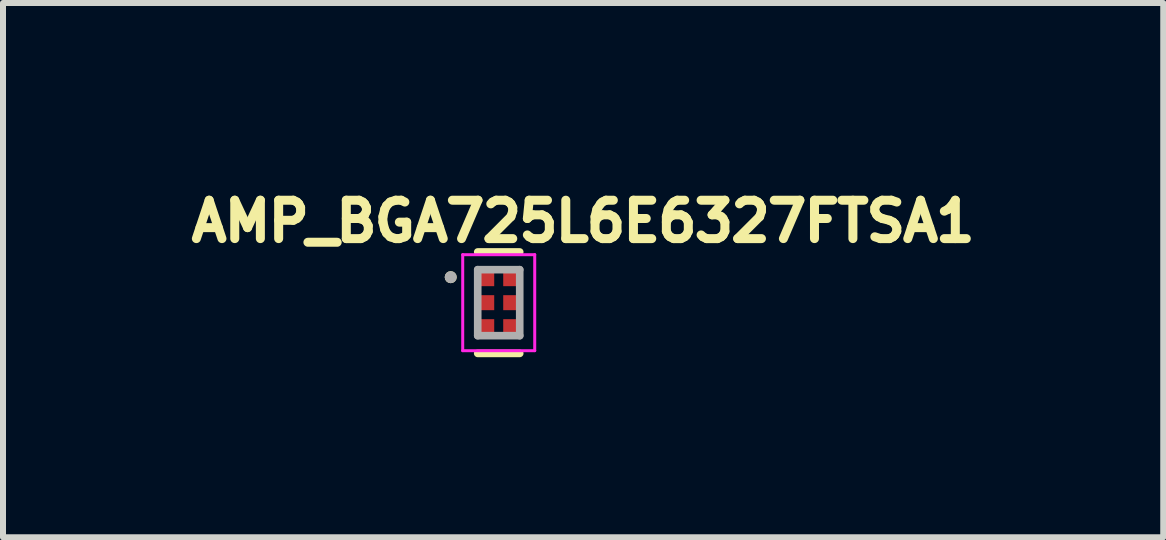
<source format=kicad_pcb>
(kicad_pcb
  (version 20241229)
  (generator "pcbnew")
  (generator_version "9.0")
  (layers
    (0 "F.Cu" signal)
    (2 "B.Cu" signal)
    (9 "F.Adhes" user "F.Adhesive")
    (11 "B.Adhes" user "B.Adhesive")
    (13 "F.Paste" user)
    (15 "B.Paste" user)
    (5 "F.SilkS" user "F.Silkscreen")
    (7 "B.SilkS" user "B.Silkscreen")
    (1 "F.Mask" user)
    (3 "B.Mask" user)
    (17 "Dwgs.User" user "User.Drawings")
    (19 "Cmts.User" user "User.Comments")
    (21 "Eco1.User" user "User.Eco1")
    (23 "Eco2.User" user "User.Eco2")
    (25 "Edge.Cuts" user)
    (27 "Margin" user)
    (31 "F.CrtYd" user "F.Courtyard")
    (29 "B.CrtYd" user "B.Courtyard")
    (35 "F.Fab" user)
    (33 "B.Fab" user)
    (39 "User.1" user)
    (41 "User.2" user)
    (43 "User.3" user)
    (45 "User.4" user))
  (footprint "AMP_BGA725L6E6327FTSA1"
    (layer "F.Cu")
    (at 5.261 1.994)
    (property "Reference" "AMP_BGA725L6E6327FTSA1" (at 1.407 -1.356 0) (layer "F.SilkS") (effects (font (size 0.64 0.64) (thickness 0.15))))
    (attr smd)
    (fp_poly (pts (xy -0.375 -0.575) (xy 0.375 -0.575) (xy 0.375 0.575) (xy -0.375 0.575)) (stroke (width 0.01) (type solid)) (fill yes) (layer "F.Mask"))
    (fp_line (start -0.35 0.845) (end 0.35 0.845) (stroke (width 0.127) (type solid)) (layer "F.SilkS"))
    (fp_line (start 0.35 -0.845) (end -0.35 -0.845) (stroke (width 0.127) (type solid)) (layer "F.SilkS"))
    (fp_circle (center -0.8 -0.425) (end -0.75 -0.425) (stroke (width 0.1) (type solid)) (fill no) (layer "F.SilkS"))
    (fp_circle (center -0.2 -0.4) (end -0.138 -0.4) (stroke (width 0.125) (type solid)) (fill no) (layer "F.Paste"))
    (fp_circle (center -0.2 0) (end -0.138 0) (stroke (width 0.125) (type solid)) (fill no) (layer "F.Paste"))
    (fp_circle (center -0.2 0.4) (end -0.138 0.4) (stroke (width 0.125) (type solid)) (fill no) (layer "F.Paste"))
    (fp_circle (center -0.2 0.4) (end -0.075 0.4) (stroke (width 0) (type solid)) (fill yes) (layer "F.Paste"))
    (fp_circle (center -0.2 0.4) (end -0.075 0.4) (stroke (width 0) (type solid)) (fill yes) (layer "F.Paste"))
    (fp_circle (center 0.2 -0.4) (end 0.263 -0.4) (stroke (width 0.125) (type solid)) (fill no) (layer "F.Paste"))
    (fp_circle (center 0.2 -0.4) (end 0.325 -0.4) (stroke (width 0) (type solid)) (fill yes) (layer "F.Paste"))
    (fp_circle (center 0.2 -0.4) (end 0.325 -0.4) (stroke (width 0) (type solid)) (fill yes) (layer "F.Paste"))
    (fp_circle (center 0.2 -0.4) (end 0.325 -0.4) (stroke (width 0) (type solid)) (fill yes) (layer "F.Paste"))
    (fp_circle (center 0.2 0) (end 0.263 0) (stroke (width 0.125) (type solid)) (fill no) (layer "F.Paste"))
    (fp_circle (center 0.2 0.4) (end 0.263 0.4) (stroke (width 0.125) (type solid)) (fill no) (layer "F.Paste"))
    (fp_line (start -0.6 -0.8) (end -0.6 0.8) (stroke (width 0.05) (type solid)) (layer "F.CrtYd"))
    (fp_line (start -0.6 0.8) (end 0.6 0.8) (stroke (width 0.05) (type solid)) (layer "F.CrtYd"))
    (fp_line (start 0.6 -0.8) (end -0.6 -0.8) (stroke (width 0.05) (type solid)) (layer "F.CrtYd"))
    (fp_line (start 0.6 0.8) (end 0.6 -0.8) (stroke (width 0.05) (type solid)) (layer "F.CrtYd"))
    (fp_line (start -0.35 -0.55) (end -0.35 0.55) (stroke (width 0.127) (type solid)) (layer "F.Fab"))
    (fp_line (start -0.35 0.55) (end 0.35 0.55) (stroke (width 0.127) (type solid)) (layer "F.Fab"))
    (fp_line (start 0.35 -0.55) (end -0.35 -0.55) (stroke (width 0.127) (type solid)) (layer "F.Fab"))
    (fp_line (start 0.35 0.55) (end 0.35 -0.55) (stroke (width 0.127) (type solid)) (layer "F.Fab"))
    (fp_circle (center -0.8 -0.425) (end -0.75 -0.425) (stroke (width 0.1) (type solid)) (fill no) (layer "F.Fab"))
    (pad "1" smd rect (at -0.2 -0.4) (size 0.25 0.25) (layers "F.Cu"))
    (pad "2" smd rect (at -0.2 0) (size 0.25 0.25) (layers "F.Cu"))
    (pad "3" smd rect (at -0.2 0.4) (size 0.25 0.25) (layers "F.Cu"))
    (pad "4" smd rect (at 0.2 0.4) (size 0.25 0.25) (layers "F.Cu"))
    (pad "5" smd rect (at 0.2 0) (size 0.25 0.25) (layers "F.Cu"))
    (pad "6" smd rect (at 0.2 -0.4) (size 0.25 0.25) (layers "F.Cu")))
  (gr_rect
    (start -3 -3)
    (end 16.335 5.903)
    (stroke (width 0.1) (type default))
    (fill no)
    (layer "Edge.Cuts")))
</source>
